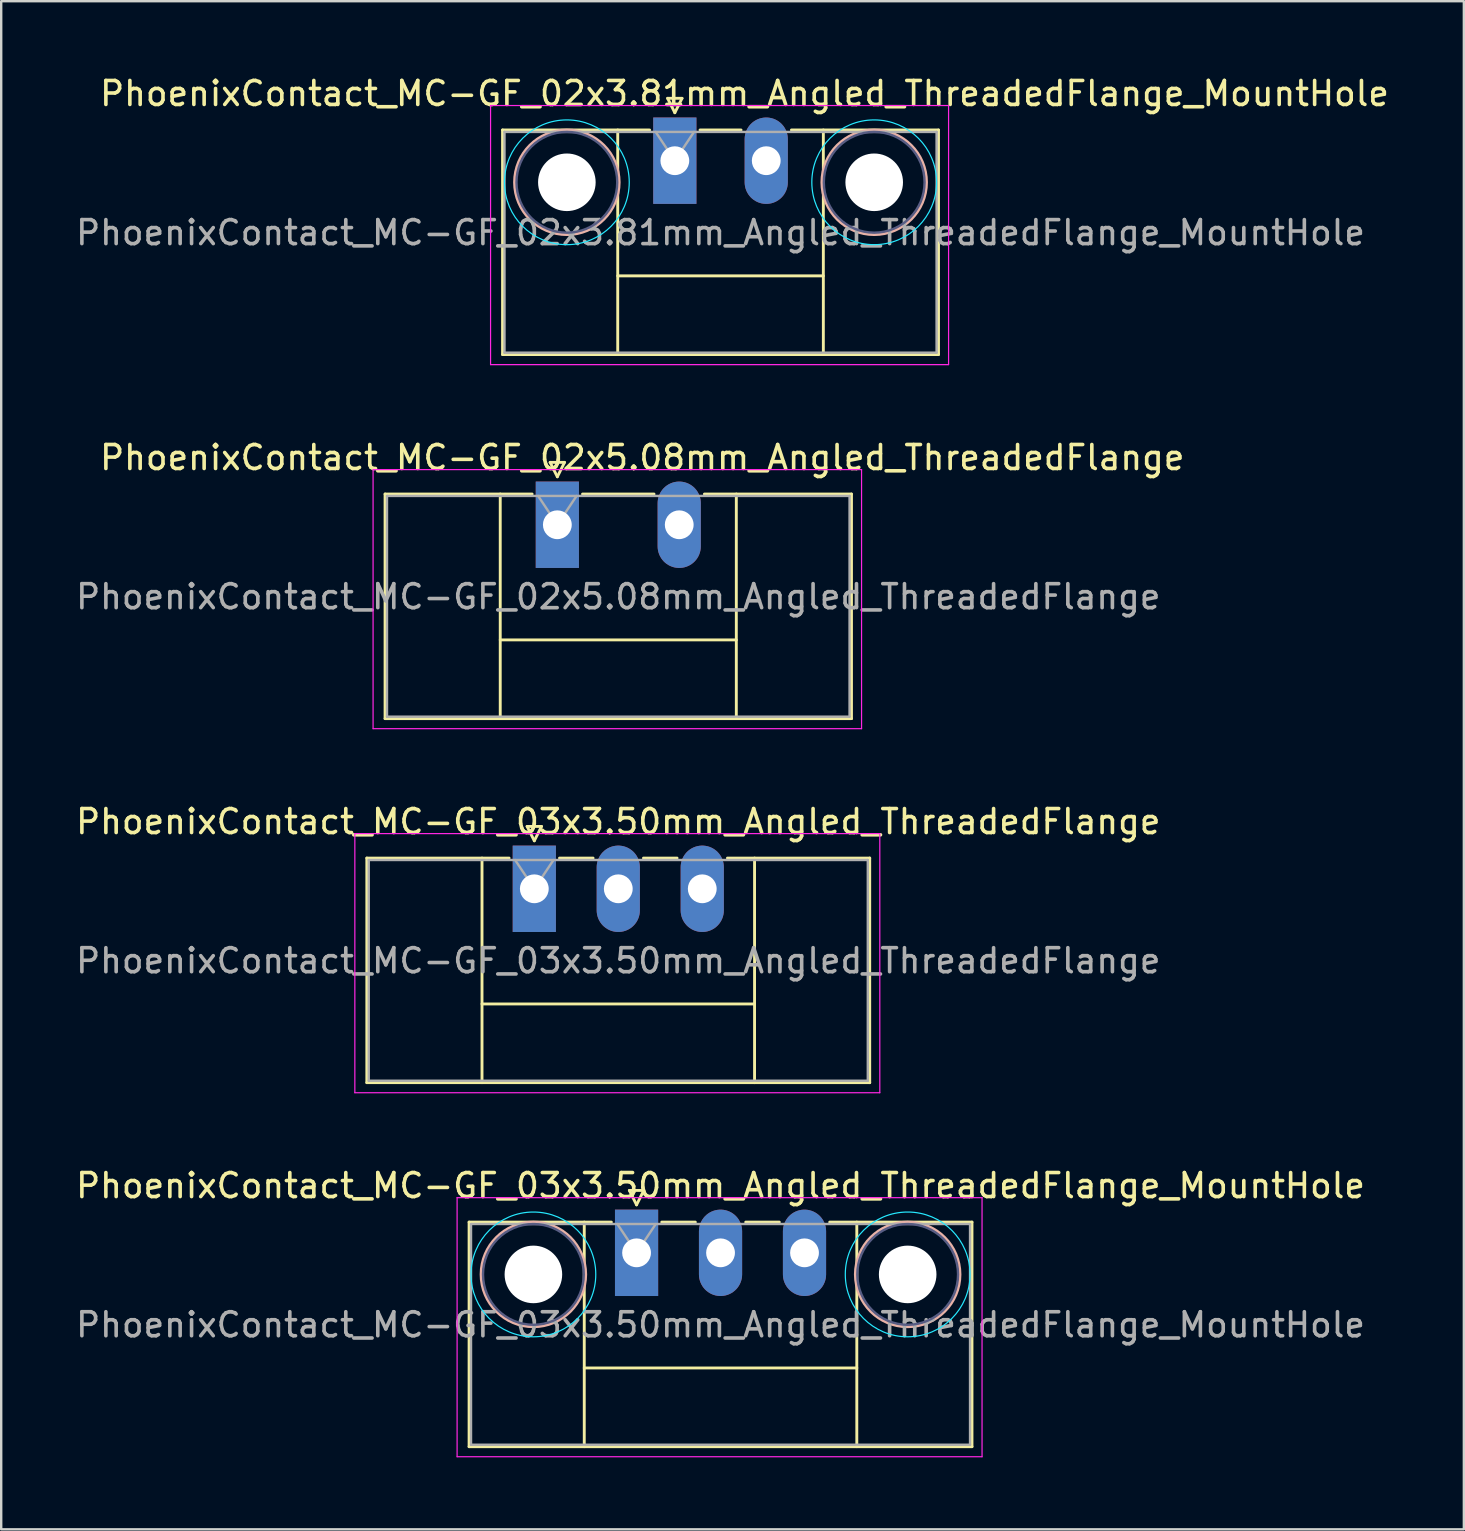
<source format=kicad_pcb>
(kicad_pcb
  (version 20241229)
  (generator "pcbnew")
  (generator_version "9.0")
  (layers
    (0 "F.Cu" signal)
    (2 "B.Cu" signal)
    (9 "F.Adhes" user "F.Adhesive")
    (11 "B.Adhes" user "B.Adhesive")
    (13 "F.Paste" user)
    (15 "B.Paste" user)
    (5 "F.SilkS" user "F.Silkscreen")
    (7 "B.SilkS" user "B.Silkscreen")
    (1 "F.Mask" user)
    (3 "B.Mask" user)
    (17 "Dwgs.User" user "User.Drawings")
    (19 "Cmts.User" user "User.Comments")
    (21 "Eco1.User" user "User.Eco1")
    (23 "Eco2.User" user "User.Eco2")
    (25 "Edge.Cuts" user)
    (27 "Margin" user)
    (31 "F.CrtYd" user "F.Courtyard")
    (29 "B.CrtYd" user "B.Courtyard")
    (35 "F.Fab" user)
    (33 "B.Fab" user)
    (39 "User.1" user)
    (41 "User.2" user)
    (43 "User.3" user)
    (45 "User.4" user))
  (footprint "PhoenixContact_MC-GF_03x3.50mm_Angled_ThreadedFlange_MountHole"
    (layer "F.Cu")
    (at 23.482 49.168)
    (property "Reference" "PhoenixContact_MC-GF_03x3.50mm_Angled_ThreadedFlange_MountHole" (at 3.5 -2.8 0) (layer "F.SilkS") (effects (font (size 1 1) (thickness 0.15))))
    (attr through_hole)
    (fp_line (start -6.98 -1.28) (end -6.98 8.08) (stroke (width 0.12) (type solid)) (layer "F.SilkS"))
    (fp_line (start -6.98 -1.28) (end -1.05 -1.28) (stroke (width 0.12) (type solid)) (layer "F.SilkS"))
    (fp_line (start -6.98 8.08) (end 13.98 8.08) (stroke (width 0.12) (type solid)) (layer "F.SilkS"))
    (fp_line (start -2.18 -1.28) (end -2.18 8.08) (stroke (width 0.12) (type solid)) (layer "F.SilkS"))
    (fp_line (start -2.18 4.8) (end 9.18 4.8) (stroke (width 0.12) (type solid)) (layer "F.SilkS"))
    (fp_line (start -0.3 -2.6) (end 0.3 -2.6) (stroke (width 0.12) (type solid)) (layer "F.SilkS"))
    (fp_line (start 0 -2) (end -0.3 -2.6) (stroke (width 0.12) (type solid)) (layer "F.SilkS"))
    (fp_line (start 0.3 -2.6) (end 0 -2) (stroke (width 0.12) (type solid)) (layer "F.SilkS"))
    (fp_line (start 1.05 -1.28) (end 2.45 -1.28) (stroke (width 0.12) (type solid)) (layer "F.SilkS"))
    (fp_line (start 4.55 -1.28) (end 5.95 -1.28) (stroke (width 0.12) (type solid)) (layer "F.SilkS"))
    (fp_line (start 9.18 -1.28) (end 9.18 8.08) (stroke (width 0.12) (type solid)) (layer "F.SilkS"))
    (fp_line (start 13.98 -1.28) (end 8.05 -1.28) (stroke (width 0.12) (type solid)) (layer "F.SilkS"))
    (fp_line (start 13.98 8.08) (end 13.98 -1.28) (stroke (width 0.12) (type solid)) (layer "F.SilkS"))
    (fp_circle (center -4.3 0.9) (end -2.12 0.9) (stroke (width 0.12) (type solid)) (fill no) (layer "B.SilkS"))
    (fp_circle (center 11.3 0.9) (end 13.48 0.9) (stroke (width 0.12) (type solid)) (fill no) (layer "B.SilkS"))
    (fp_circle (center -4.3 0.9) (end -1.7 0.9) (stroke (width 0.05) (type solid)) (fill no) (layer "B.CrtYd"))
    (fp_circle (center 11.3 0.9) (end 13.9 0.9) (stroke (width 0.05) (type solid)) (fill no) (layer "B.CrtYd"))
    (fp_line (start -7.48 -2.3) (end -7.48 8.5) (stroke (width 0.05) (type solid)) (layer "F.CrtYd"))
    (fp_line (start -7.48 8.5) (end 14.4 8.5) (stroke (width 0.05) (type solid)) (layer "F.CrtYd"))
    (fp_line (start 14.4 -2.3) (end -7.48 -2.3) (stroke (width 0.05) (type solid)) (layer "F.CrtYd"))
    (fp_line (start 14.4 8.5) (end 14.4 -2.3) (stroke (width 0.05) (type solid)) (layer "F.CrtYd"))
    (fp_circle (center -4.3 0.9) (end -2.2 0.9) (stroke (width 0.1) (type solid)) (fill no) (layer "B.Fab"))
    (fp_circle (center 11.3 0.9) (end 13.4 0.9) (stroke (width 0.1) (type solid)) (fill no) (layer "B.Fab"))
    (fp_line (start -6.9 -1.2) (end -6.9 8) (stroke (width 0.1) (type solid)) (layer "F.Fab"))
    (fp_line (start -6.9 8) (end 13.9 8) (stroke (width 0.1) (type solid)) (layer "F.Fab"))
    (fp_line (start 0 0) (end -0.8 -1.2) (stroke (width 0.1) (type solid)) (layer "F.Fab"))
    (fp_line (start 0.8 -1.2) (end 0 0) (stroke (width 0.1) (type solid)) (layer "F.Fab"))
    (fp_line (start 13.9 -1.2) (end -6.9 -1.2) (stroke (width 0.1) (type solid)) (layer "F.Fab"))
    (fp_line (start 13.9 8) (end 13.9 -1.2) (stroke (width 0.1) (type solid)) (layer "F.Fab"))
    (fp_text user "${REFERENCE}" (at 3.5 3 0) (layer "F.Fab") (effects (font (size 1 1) (thickness 0.15))))
    (pad "" np_thru_hole circle (at -4.3 0.9) (size 2.4 2.4) (drill 2.4) (layers "*.Cu" "*.Mask"))
    (pad "" np_thru_hole circle (at 11.3 0.9) (size 2.4 2.4) (drill 2.4) (layers "*.Cu" "*.Mask"))
    (pad "1" thru_hole rect (at 0 0) (size 1.8 3.6) (drill 1.2) (layers "*.Cu" "*.Mask"))
    (pad "2" thru_hole oval (at 3.5 0) (size 1.8 3.6) (drill 1.2) (layers "*.Cu" "*.Mask"))
    (pad "3" thru_hole oval (at 7 0) (size 1.8 3.6) (drill 1.2) (layers "*.Cu" "*.Mask")))
  (footprint "PhoenixContact_MC-GF_02x5.08mm_Angled_ThreadedFlange"
    (layer "F.Cu")
    (at 20.18 18.822)
    (property "Reference" "PhoenixContact_MC-GF_02x5.08mm_Angled_ThreadedFlange" (at 3.54 -2.8 0) (layer "F.SilkS") (effects (font (size 1 1) (thickness 0.15))))
    (attr through_hole)
    (fp_line (start -7.18 -1.28) (end -7.18 8.08) (stroke (width 0.12) (type solid)) (layer "F.SilkS"))
    (fp_line (start -7.18 -1.28) (end -1.05 -1.28) (stroke (width 0.12) (type solid)) (layer "F.SilkS"))
    (fp_line (start -7.18 8.08) (end 12.26 8.08) (stroke (width 0.12) (type solid)) (layer "F.SilkS"))
    (fp_line (start -2.38 -1.28) (end -2.38 8.08) (stroke (width 0.12) (type solid)) (layer "F.SilkS"))
    (fp_line (start -2.38 4.8) (end 7.46 4.8) (stroke (width 0.12) (type solid)) (layer "F.SilkS"))
    (fp_line (start -0.3 -2.6) (end 0.3 -2.6) (stroke (width 0.12) (type solid)) (layer "F.SilkS"))
    (fp_line (start 0 -2) (end -0.3 -2.6) (stroke (width 0.12) (type solid)) (layer "F.SilkS"))
    (fp_line (start 0.3 -2.6) (end 0 -2) (stroke (width 0.12) (type solid)) (layer "F.SilkS"))
    (fp_line (start 1.05 -1.28) (end 4.03 -1.28) (stroke (width 0.12) (type solid)) (layer "F.SilkS"))
    (fp_line (start 7.46 -1.28) (end 7.46 8.08) (stroke (width 0.12) (type solid)) (layer "F.SilkS"))
    (fp_line (start 12.26 -1.28) (end 6.13 -1.28) (stroke (width 0.12) (type solid)) (layer "F.SilkS"))
    (fp_line (start 12.26 8.08) (end 12.26 -1.28) (stroke (width 0.12) (type solid)) (layer "F.SilkS"))
    (fp_line (start -7.68 -2.3) (end -7.68 8.5) (stroke (width 0.05) (type solid)) (layer "F.CrtYd"))
    (fp_line (start -7.68 8.5) (end 12.68 8.5) (stroke (width 0.05) (type solid)) (layer "F.CrtYd"))
    (fp_line (start 12.68 -2.3) (end -7.68 -2.3) (stroke (width 0.05) (type solid)) (layer "F.CrtYd"))
    (fp_line (start 12.68 8.5) (end 12.68 -2.3) (stroke (width 0.05) (type solid)) (layer "F.CrtYd"))
    (fp_line (start -7.1 -1.2) (end -7.1 8) (stroke (width 0.1) (type solid)) (layer "F.Fab"))
    (fp_line (start -7.1 8) (end 12.18 8) (stroke (width 0.1) (type solid)) (layer "F.Fab"))
    (fp_line (start 0 0) (end -0.8 -1.2) (stroke (width 0.1) (type solid)) (layer "F.Fab"))
    (fp_line (start 0.8 -1.2) (end 0 0) (stroke (width 0.1) (type solid)) (layer "F.Fab"))
    (fp_line (start 12.18 -1.2) (end -7.1 -1.2) (stroke (width 0.1) (type solid)) (layer "F.Fab"))
    (fp_line (start 12.18 8) (end 12.18 -1.2) (stroke (width 0.1) (type solid)) (layer "F.Fab"))
    (fp_text user "${REFERENCE}" (at 2.54 3 0) (layer "F.Fab") (effects (font (size 1 1) (thickness 0.15))))
    (pad "1" thru_hole rect (at 0 0) (size 1.8 3.6) (drill 1.2) (layers "*.Cu" "*.Mask"))
    (pad "2" thru_hole oval (at 5.08 0) (size 1.8 3.6) (drill 1.2) (layers "*.Cu" "*.Mask")))
  (footprint "PhoenixContact_MC-GF_02x3.81mm_Angled_ThreadedFlange_MountHole"
    (layer "F.Cu")
    (at 25.077 3.648)
    (property "Reference" "PhoenixContact_MC-GF_02x3.81mm_Angled_ThreadedFlange_MountHole" (at 2.905 -2.8 0) (layer "F.SilkS") (effects (font (size 1 1) (thickness 0.15))))
    (attr through_hole)
    (fp_line (start -7.18 -1.28) (end -7.18 8.08) (stroke (width 0.12) (type solid)) (layer "F.SilkS"))
    (fp_line (start -7.18 -1.28) (end -1.05 -1.28) (stroke (width 0.12) (type solid)) (layer "F.SilkS"))
    (fp_line (start -7.18 8.08) (end 10.99 8.08) (stroke (width 0.12) (type solid)) (layer "F.SilkS"))
    (fp_line (start -2.38 -1.28) (end -2.38 8.08) (stroke (width 0.12) (type solid)) (layer "F.SilkS"))
    (fp_line (start -2.38 4.8) (end 6.19 4.8) (stroke (width 0.12) (type solid)) (layer "F.SilkS"))
    (fp_line (start -0.3 -2.6) (end 0.3 -2.6) (stroke (width 0.12) (type solid)) (layer "F.SilkS"))
    (fp_line (start 0 -2) (end -0.3 -2.6) (stroke (width 0.12) (type solid)) (layer "F.SilkS"))
    (fp_line (start 0.3 -2.6) (end 0 -2) (stroke (width 0.12) (type solid)) (layer "F.SilkS"))
    (fp_line (start 1.05 -1.28) (end 2.76 -1.28) (stroke (width 0.12) (type solid)) (layer "F.SilkS"))
    (fp_line (start 6.19 -1.28) (end 6.19 8.08) (stroke (width 0.12) (type solid)) (layer "F.SilkS"))
    (fp_line (start 10.99 -1.28) (end 4.86 -1.28) (stroke (width 0.12) (type solid)) (layer "F.SilkS"))
    (fp_line (start 10.99 8.08) (end 10.99 -1.28) (stroke (width 0.12) (type solid)) (layer "F.SilkS"))
    (fp_circle (center -4.5 0.9) (end -2.32 0.9) (stroke (width 0.12) (type solid)) (fill no) (layer "B.SilkS"))
    (fp_circle (center 8.31 0.9) (end 10.49 0.9) (stroke (width 0.12) (type solid)) (fill no) (layer "B.SilkS"))
    (fp_circle (center -4.5 0.9) (end -1.9 0.9) (stroke (width 0.05) (type solid)) (fill no) (layer "B.CrtYd"))
    (fp_circle (center 8.31 0.9) (end 10.91 0.9) (stroke (width 0.05) (type solid)) (fill no) (layer "B.CrtYd"))
    (fp_line (start -7.68 -2.3) (end -7.68 8.5) (stroke (width 0.05) (type solid)) (layer "F.CrtYd"))
    (fp_line (start -7.68 8.5) (end 11.41 8.5) (stroke (width 0.05) (type solid)) (layer "F.CrtYd"))
    (fp_line (start 11.41 -2.3) (end -7.68 -2.3) (stroke (width 0.05) (type solid)) (layer "F.CrtYd"))
    (fp_line (start 11.41 8.5) (end 11.41 -2.3) (stroke (width 0.05) (type solid)) (layer "F.CrtYd"))
    (fp_circle (center -4.5 0.9) (end -2.4 0.9) (stroke (width 0.1) (type solid)) (fill no) (layer "B.Fab"))
    (fp_circle (center 8.31 0.9) (end 10.41 0.9) (stroke (width 0.1) (type solid)) (fill no) (layer "B.Fab"))
    (fp_line (start -7.1 -1.2) (end -7.1 8) (stroke (width 0.1) (type solid)) (layer "F.Fab"))
    (fp_line (start -7.1 8) (end 10.91 8) (stroke (width 0.1) (type solid)) (layer "F.Fab"))
    (fp_line (start 0 0) (end -0.8 -1.2) (stroke (width 0.1) (type solid)) (layer "F.Fab"))
    (fp_line (start 0.8 -1.2) (end 0 0) (stroke (width 0.1) (type solid)) (layer "F.Fab"))
    (fp_line (start 10.91 -1.2) (end -7.1 -1.2) (stroke (width 0.1) (type solid)) (layer "F.Fab"))
    (fp_line (start 10.91 8) (end 10.91 -1.2) (stroke (width 0.1) (type solid)) (layer "F.Fab"))
    (fp_text user "${REFERENCE}" (at 1.905 3 0) (layer "F.Fab") (effects (font (size 1 1) (thickness 0.15))))
    (pad "" np_thru_hole circle (at -4.5 0.9) (size 2.4 2.4) (drill 2.4) (layers "*.Cu" "*.Mask"))
    (pad "" np_thru_hole circle (at 8.31 0.9) (size 2.4 2.4) (drill 2.4) (layers "*.Cu" "*.Mask"))
    (pad "1" thru_hole rect (at 0 0) (size 1.8 3.6) (drill 1.2) (layers "*.Cu" "*.Mask"))
    (pad "2" thru_hole oval (at 3.81 0) (size 1.8 3.6) (drill 1.2) (layers "*.Cu" "*.Mask")))
  (footprint "PhoenixContact_MC-GF_03x3.50mm_Angled_ThreadedFlange"
    (layer "F.Cu")
    (at 19.22 33.995)
    (property "Reference" "PhoenixContact_MC-GF_03x3.50mm_Angled_ThreadedFlange" (at 3.5 -2.8 0) (layer "F.SilkS") (effects (font (size 1 1) (thickness 0.15))))
    (attr through_hole)
    (fp_line (start -6.98 -1.28) (end -6.98 8.08) (stroke (width 0.12) (type solid)) (layer "F.SilkS"))
    (fp_line (start -6.98 -1.28) (end -1.05 -1.28) (stroke (width 0.12) (type solid)) (layer "F.SilkS"))
    (fp_line (start -6.98 8.08) (end 13.98 8.08) (stroke (width 0.12) (type solid)) (layer "F.SilkS"))
    (fp_line (start -2.18 -1.28) (end -2.18 8.08) (stroke (width 0.12) (type solid)) (layer "F.SilkS"))
    (fp_line (start -2.18 4.8) (end 9.18 4.8) (stroke (width 0.12) (type solid)) (layer "F.SilkS"))
    (fp_line (start -0.3 -2.6) (end 0.3 -2.6) (stroke (width 0.12) (type solid)) (layer "F.SilkS"))
    (fp_line (start 0 -2) (end -0.3 -2.6) (stroke (width 0.12) (type solid)) (layer "F.SilkS"))
    (fp_line (start 0.3 -2.6) (end 0 -2) (stroke (width 0.12) (type solid)) (layer "F.SilkS"))
    (fp_line (start 1.05 -1.28) (end 2.45 -1.28) (stroke (width 0.12) (type solid)) (layer "F.SilkS"))
    (fp_line (start 4.55 -1.28) (end 5.95 -1.28) (stroke (width 0.12) (type solid)) (layer "F.SilkS"))
    (fp_line (start 9.18 -1.28) (end 9.18 8.08) (stroke (width 0.12) (type solid)) (layer "F.SilkS"))
    (fp_line (start 13.98 -1.28) (end 8.05 -1.28) (stroke (width 0.12) (type solid)) (layer "F.SilkS"))
    (fp_line (start 13.98 8.08) (end 13.98 -1.28) (stroke (width 0.12) (type solid)) (layer "F.SilkS"))
    (fp_line (start -7.48 -2.3) (end -7.48 8.5) (stroke (width 0.05) (type solid)) (layer "F.CrtYd"))
    (fp_line (start -7.48 8.5) (end 14.4 8.5) (stroke (width 0.05) (type solid)) (layer "F.CrtYd"))
    (fp_line (start 14.4 -2.3) (end -7.48 -2.3) (stroke (width 0.05) (type solid)) (layer "F.CrtYd"))
    (fp_line (start 14.4 8.5) (end 14.4 -2.3) (stroke (width 0.05) (type solid)) (layer "F.CrtYd"))
    (fp_line (start -6.9 -1.2) (end -6.9 8) (stroke (width 0.1) (type solid)) (layer "F.Fab"))
    (fp_line (start -6.9 8) (end 13.9 8) (stroke (width 0.1) (type solid)) (layer "F.Fab"))
    (fp_line (start 0 0) (end -0.8 -1.2) (stroke (width 0.1) (type solid)) (layer "F.Fab"))
    (fp_line (start 0.8 -1.2) (end 0 0) (stroke (width 0.1) (type solid)) (layer "F.Fab"))
    (fp_line (start 13.9 -1.2) (end -6.9 -1.2) (stroke (width 0.1) (type solid)) (layer "F.Fab"))
    (fp_line (start 13.9 8) (end 13.9 -1.2) (stroke (width 0.1) (type solid)) (layer "F.Fab"))
    (fp_text user "${REFERENCE}" (at 3.5 3 0) (layer "F.Fab") (effects (font (size 1 1) (thickness 0.15))))
    (pad "1" thru_hole rect (at 0 0) (size 1.8 3.6) (drill 1.2) (layers "*.Cu" "*.Mask"))
    (pad "2" thru_hole oval (at 3.5 0) (size 1.8 3.6) (drill 1.2) (layers "*.Cu" "*.Mask"))
    (pad "3" thru_hole oval (at 7 0) (size 1.8 3.6) (drill 1.2) (layers "*.Cu" "*.Mask")))
  (gr_rect
    (start -3 -3)
    (end 57.964 60.693)
    (stroke (width 0.1) (type default))
    (fill no)
    (layer "Edge.Cuts")))
</source>
